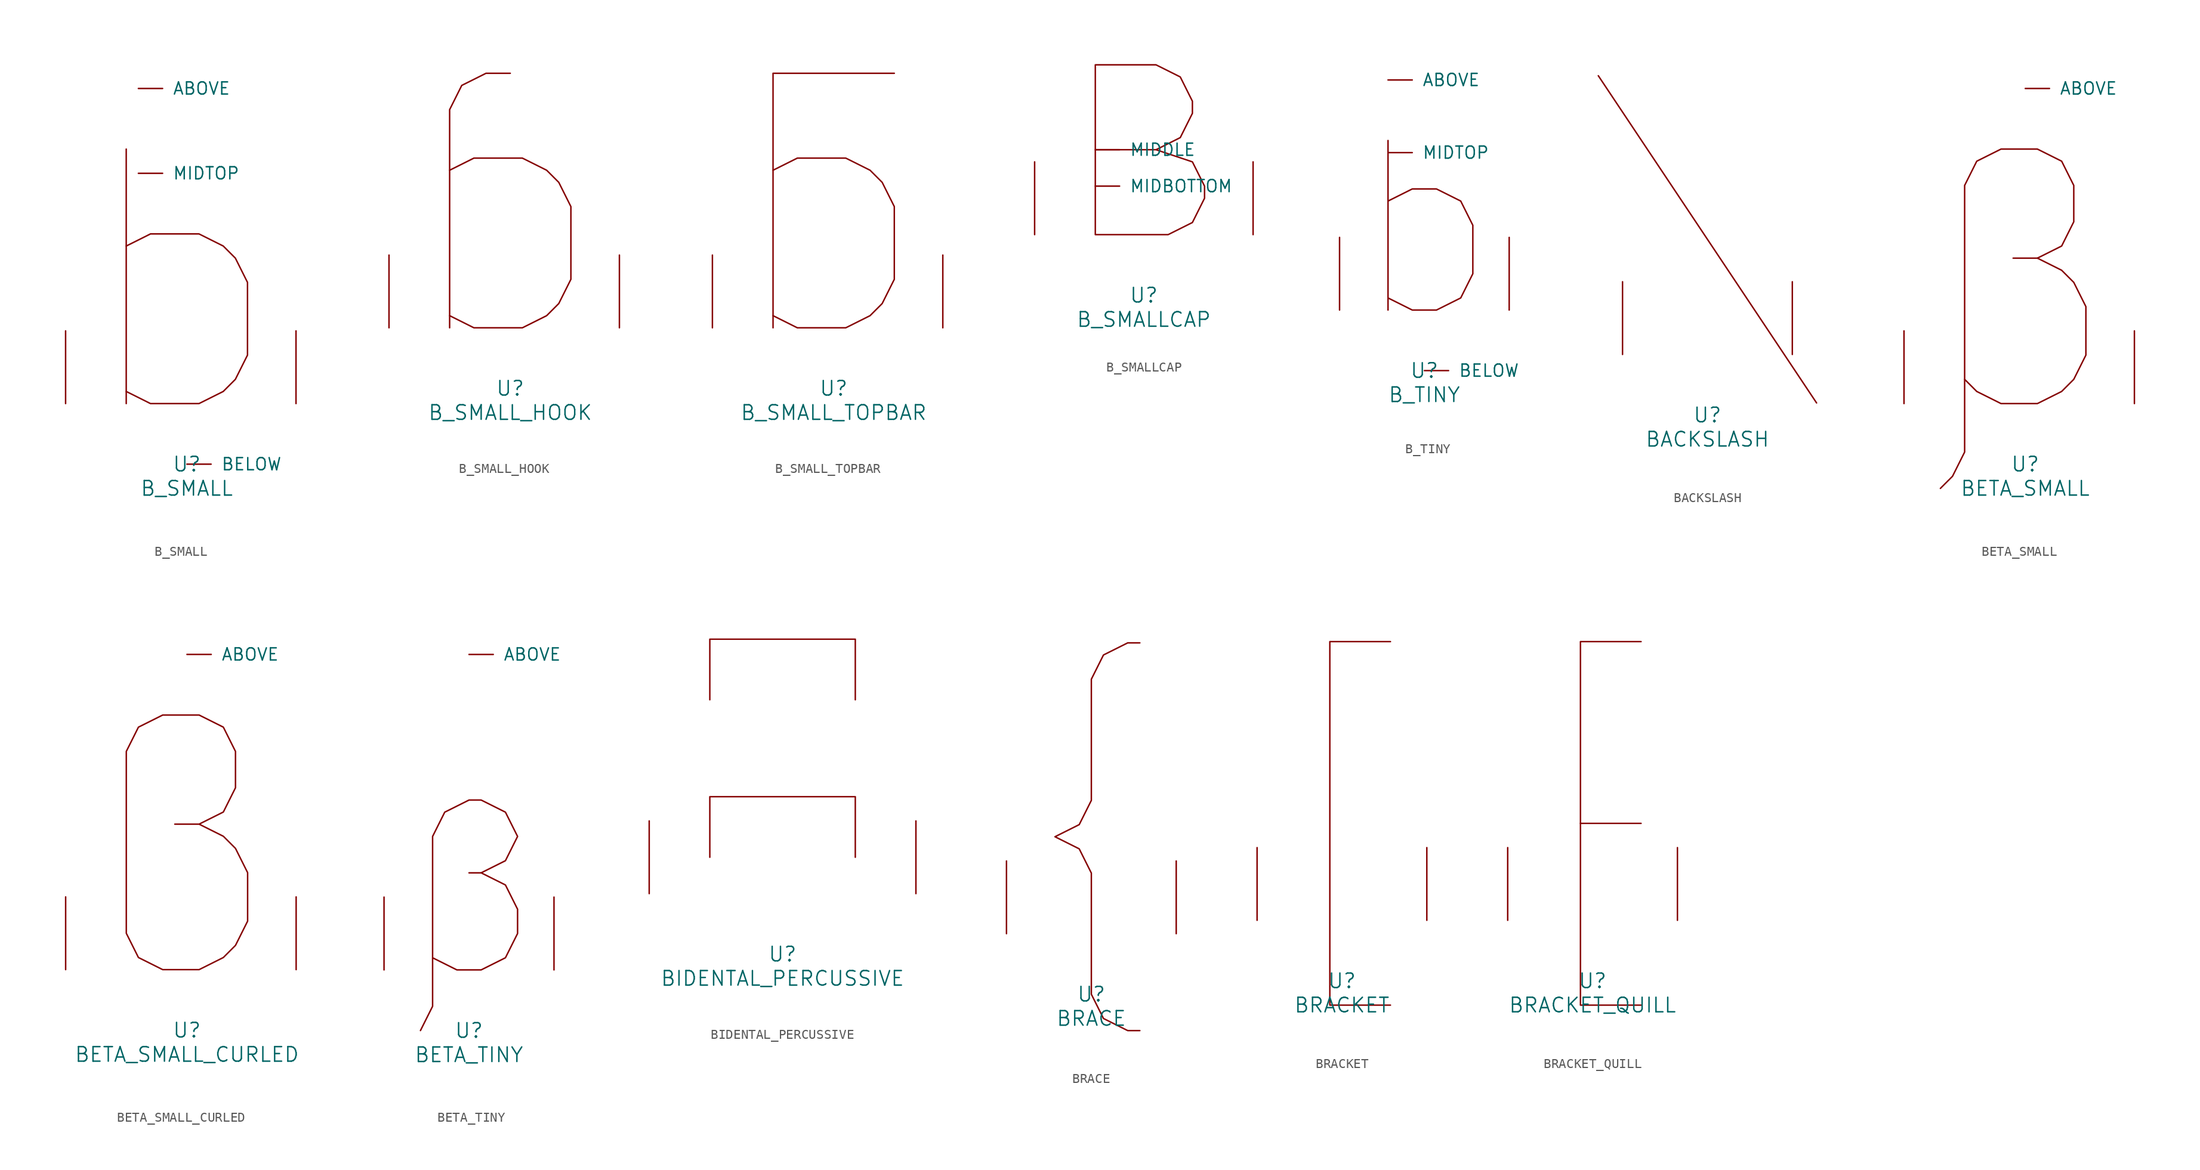
<source format=kicad_sym>
(kicad_symbol_lib
  (version 20220914)
  (generator font_lib2sym)
  (symbol "B_SMALL"
    (pin_names
      (offset 1.016))
    (property "Reference" "U"
      (at 0 -6.35 0)
      (effects (font (size 1.524 1.524))))
    (property "Value" "B_SMALL"
      (at 0 -8.89 0)
      (effects (font (size 1.524 1.524))))
    (symbol "B_SMALL_0_1"
      (polyline (pts (xy -6.35 0) (xy -6.35 26.67)) (stroke (width 0) (type solid)) (fill (type none)))
      (polyline (pts (xy -6.35 16.51) (xy -3.81 17.78) (xy 1.27 17.78) (xy 3.81 16.51) (xy 5.08 15.24) (xy 6.35 12.7) (xy 6.35 5.08) (xy 5.08 2.54) (xy 3.81 1.27) (xy 1.27 0) (xy -3.81 0) (xy -6.35 1.27)) (stroke (width 0) (type solid)) (fill (type none)))
      (pin input line (at -5.08 33.02 0) (length 2.54) (name "ABOVE" (effects (font (size 1.27 1.27)))) (number "~" (effects (font (size 1.27 1.27)))))
      (pin input line (at 0 -6.35 0) (length 2.54) (name "BELOW" (effects (font (size 1.27 1.27)))) (number "~" (effects (font (size 1.27 1.27)))))
      (pin input line (at -5.08 24.13 0) (length 2.54) (name "MIDTOP" (effects (font (size 1.27 1.27)))) (number "~" (effects (font (size 1.27 1.27)))))
      (pin input line (at -12.7 0 90) (length 7.62) (name "~" (effects (font (size 1.27 1.27)))) (number "~" (effects (font (size 1.27 1.27)))))
      (pin input line (at 11.43 0 90) (length 7.62) (name "~" (effects (font (size 1.27 1.27)))) (number "~" (effects (font (size 1.27 1.27)))))))
  (symbol "B_SMALL_HOOK"
    (pin_names
      (offset 1.016))
    (property "Reference" "U"
      (at 0 -6.35 0)
      (effects (font (size 1.524 1.524))))
    (property "Value" "B_SMALL_HOOK"
      (at 0 -8.89 0)
      (effects (font (size 1.524 1.524))))
    (symbol "B_SMALL_HOOK_0_1"
      (polyline (pts (xy 0 26.67) (xy -2.54 26.67) (xy -5.08 25.4) (xy -6.35 22.86) (xy -6.35 0)) (stroke (width 0) (type solid)) (fill (type none)))
      (polyline (pts (xy -6.35 16.51) (xy -3.81 17.78) (xy 1.27 17.78) (xy 3.81 16.51) (xy 5.08 15.24) (xy 6.35 12.7) (xy 6.35 5.08) (xy 5.08 2.54) (xy 3.81 1.27) (xy 1.27 0) (xy -3.81 0) (xy -6.35 1.27)) (stroke (width 0) (type solid)) (fill (type none)))
      (pin input line (at -12.7 0 90) (length 7.62) (name "~" (effects (font (size 1.27 1.27)))) (number "~" (effects (font (size 1.27 1.27)))))
      (pin input line (at 11.43 0 90) (length 7.62) (name "~" (effects (font (size 1.27 1.27)))) (number "~" (effects (font (size 1.27 1.27)))))))
  (symbol "B_SMALL_TOPBAR"
    (pin_names
      (offset 1.016))
    (property "Reference" "U"
      (at 0 -6.35 0)
      (effects (font (size 1.524 1.524))))
    (property "Value" "B_SMALL_TOPBAR"
      (at 0 -8.89 0)
      (effects (font (size 1.524 1.524))))
    (symbol "B_SMALL_TOPBAR_0_1"
      (polyline (pts (xy 6.35 26.67) (xy -6.35 26.67) (xy -6.35 0)) (stroke (width 0) (type solid)) (fill (type none)))
      (polyline (pts (xy -6.35 16.51) (xy -3.81 17.78) (xy 1.27 17.78) (xy 3.81 16.51) (xy 5.08 15.24) (xy 6.35 12.7) (xy 6.35 5.08) (xy 5.08 2.54) (xy 3.81 1.27) (xy 1.27 0) (xy -3.81 0) (xy -6.35 1.27)) (stroke (width 0) (type solid)) (fill (type none)))
      (pin input line (at -12.7 0 90) (length 7.62) (name "~" (effects (font (size 1.27 1.27)))) (number "~" (effects (font (size 1.27 1.27)))))
      (pin input line (at 11.43 0 90) (length 7.62) (name "~" (effects (font (size 1.27 1.27)))) (number "~" (effects (font (size 1.27 1.27)))))))
  (symbol "B_SMALLCAP"
    (pin_names
      (offset 1.016))
    (property "Reference" "U"
      (at 0 -6.35 0)
      (effects (font (size 1.524 1.524))))
    (property "Value" "B_SMALLCAP"
      (at 0 -8.89 0)
      (effects (font (size 1.524 1.524))))
    (symbol "B_SMALLCAP_0_1"
      (polyline (pts (xy 1.27 8.89) (xy 5.08 7.62) (xy 6.35 5.08) (xy 6.35 3.81) (xy 5.08 1.27) (xy 2.54 0) (xy -5.08 0) (xy -5.08 17.78) (xy 1.27 17.78) (xy 3.81 16.51) (xy 5.08 13.97) (xy 5.08 12.7) (xy 3.81 10.16) (xy 1.27 8.89) (xy -5.08 8.89)) (stroke (width 0) (type solid)) (fill (type none)))
      (pin input line (at -5.08 5.08 0) (length 2.54) (name "MIDBOTTOM" (effects (font (size 1.27 1.27)))) (number "~" (effects (font (size 1.27 1.27)))))
      (pin input line (at -5.08 8.89 0) (length 2.54) (name "MIDDLE" (effects (font (size 1.27 1.27)))) (number "~" (effects (font (size 1.27 1.27)))))
      (pin input line (at -11.43 0 90) (length 7.62) (name "~" (effects (font (size 1.27 1.27)))) (number "~" (effects (font (size 1.27 1.27)))))
      (pin input line (at 11.43 0 90) (length 7.62) (name "~" (effects (font (size 1.27 1.27)))) (number "~" (effects (font (size 1.27 1.27)))))))
  (symbol "B_TINY"
    (pin_names
      (offset 1.016))
    (property "Reference" "U"
      (at 0 -6.35 0)
      (effects (font (size 1.524 1.524))))
    (property "Value" "B_TINY"
      (at 0 -8.89 0)
      (effects (font (size 1.524 1.524))))
    (symbol "B_TINY_0_1"
      (polyline (pts (xy -3.81 17.78) (xy -3.81 0)) (stroke (width 0) (type solid)) (fill (type none)))
      (polyline (pts (xy -3.81 1.27) (xy -1.27 0) (xy 1.27 0) (xy 3.81 1.27) (xy 5.08 3.81) (xy 5.08 8.89) (xy 3.81 11.43) (xy 1.27 12.7) (xy -1.27 12.7) (xy -3.81 11.43)) (stroke (width 0) (type solid)) (fill (type none)))
      (pin input line (at -3.81 24.13 0) (length 2.54) (name "ABOVE" (effects (font (size 1.27 1.27)))) (number "~" (effects (font (size 1.27 1.27)))))
      (pin input line (at 0 -6.35 0) (length 2.54) (name "BELOW" (effects (font (size 1.27 1.27)))) (number "~" (effects (font (size 1.27 1.27)))))
      (pin input line (at -3.81 16.51 0) (length 2.54) (name "MIDTOP" (effects (font (size 1.27 1.27)))) (number "~" (effects (font (size 1.27 1.27)))))
      (pin input line (at -8.89 0 90) (length 7.62) (name "~" (effects (font (size 1.27 1.27)))) (number "~" (effects (font (size 1.27 1.27)))))
      (pin input line (at 8.89 0 90) (length 7.62) (name "~" (effects (font (size 1.27 1.27)))) (number "~" (effects (font (size 1.27 1.27)))))))
  (symbol "BACKSLASH"
    (pin_names
      (offset 1.016))
    (property "Reference" "U"
      (at 0 -6.35 0)
      (effects (font (size 1.524 1.524))))
    (property "Value" "BACKSLASH"
      (at 0 -8.89 0)
      (effects (font (size 1.524 1.524))))
    (symbol "BACKSLASH_0_1"
      (polyline (pts (xy -11.43 29.21) (xy 11.43 -5.08)) (stroke (width 0) (type solid)) (fill (type none)))
      (pin input line (at -8.89 0 90) (length 7.62) (name "~" (effects (font (size 1.27 1.27)))) (number "~" (effects (font (size 1.27 1.27)))))
      (pin input line (at 8.89 0 90) (length 7.62) (name "~" (effects (font (size 1.27 1.27)))) (number "~" (effects (font (size 1.27 1.27)))))))
  (symbol "BETA_SMALL"
    (pin_names
      (offset 1.016))
    (property "Reference" "U"
      (at 0 -6.35 0)
      (effects (font (size 1.524 1.524))))
    (property "Value" "BETA_SMALL"
      (at 0 -8.89 0)
      (effects (font (size 1.524 1.524))))
    (symbol "BETA_SMALL_0_1"
      (polyline (pts (xy 1.27 15.24) (xy 3.81 13.97) (xy 5.08 12.7) (xy 6.35 10.16) (xy 6.35 5.08) (xy 5.08 2.54) (xy 3.81 1.27) (xy 1.27 0) (xy -2.54 0) (xy -5.08 1.27) (xy -6.35 2.54)) (stroke (width 0) (type solid)) (fill (type none)))
      (polyline (pts (xy -8.89 -8.89) (xy -7.62 -7.62) (xy -6.35 -5.08) (xy -6.35 22.86) (xy -5.08 25.4) (xy -2.54 26.67) (xy 1.27 26.67) (xy 3.81 25.4) (xy 5.08 22.86) (xy 5.08 19.05) (xy 3.81 16.51) (xy 1.27 15.24) (xy -1.27 15.24)) (stroke (width 0) (type solid)) (fill (type none)))
      (pin input line (at 0 33.02 0) (length 2.54) (name "ABOVE" (effects (font (size 1.27 1.27)))) (number "~" (effects (font (size 1.27 1.27)))))
      (pin input line (at -12.7 0 90) (length 7.62) (name "~" (effects (font (size 1.27 1.27)))) (number "~" (effects (font (size 1.27 1.27)))))
      (pin input line (at 11.43 0 90) (length 7.62) (name "~" (effects (font (size 1.27 1.27)))) (number "~" (effects (font (size 1.27 1.27)))))))
  (symbol "BETA_SMALL_CURLED"
    (pin_names
      (offset 1.016))
    (property "Reference" "U"
      (at 0 -6.35 0)
      (effects (font (size 1.524 1.524))))
    (property "Value" "BETA_SMALL_CURLED"
      (at 0 -8.89 0)
      (effects (font (size 1.524 1.524))))
    (symbol "BETA_SMALL_CURLED_0_1"
      (polyline (pts (xy 1.27 15.24) (xy 3.81 13.97) (xy 5.08 12.7) (xy 6.35 10.16) (xy 6.35 5.08) (xy 5.08 2.54) (xy 3.81 1.27) (xy 1.27 0) (xy -2.54 0) (xy -5.08 1.27) (xy -6.35 3.81) (xy -6.35 22.86) (xy -5.08 25.4) (xy -2.54 26.67) (xy 1.27 26.67) (xy 3.81 25.4) (xy 5.08 22.86) (xy 5.08 19.05) (xy 3.81 16.51) (xy 1.27 15.24) (xy -1.27 15.24)) (stroke (width 0) (type solid)) (fill (type none)))
      (pin input line (at 0 33.02 0) (length 2.54) (name "ABOVE" (effects (font (size 1.27 1.27)))) (number "~" (effects (font (size 1.27 1.27)))))
      (pin input line (at -12.7 0 90) (length 7.62) (name "~" (effects (font (size 1.27 1.27)))) (number "~" (effects (font (size 1.27 1.27)))))
      (pin input line (at 11.43 0 90) (length 7.62) (name "~" (effects (font (size 1.27 1.27)))) (number "~" (effects (font (size 1.27 1.27)))))))
  (symbol "BETA_TINY"
    (pin_names
      (offset 1.016))
    (property "Reference" "U"
      (at 0 -6.35 0)
      (effects (font (size 1.524 1.524))))
    (property "Value" "BETA_TINY"
      (at 0 -8.89 0)
      (effects (font (size 1.524 1.524))))
    (symbol "BETA_TINY_0_1"
      (polyline (pts (xy 1.27 10.16) (xy 0 10.16)) (stroke (width 0) (type solid)) (fill (type none)))
      (polyline (pts (xy -5.08 -6.35) (xy -3.81 -3.81) (xy -3.81 13.97) (xy -2.54 16.51) (xy 0 17.78) (xy 1.27 17.78) (xy 3.81 16.51) (xy 5.08 13.97) (xy 3.81 11.43) (xy 1.27 10.16) (xy 3.81 8.89) (xy 5.08 6.35) (xy 5.08 3.81) (xy 3.81 1.27) (xy 1.27 0) (xy -1.27 0) (xy -3.81 1.27)) (stroke (width 0) (type solid)) (fill (type none)))
      (pin input line (at 0 33.02 0) (length 2.54) (name "ABOVE" (effects (font (size 1.27 1.27)))) (number "~" (effects (font (size 1.27 1.27)))))
      (pin input line (at -8.89 0 90) (length 7.62) (name "~" (effects (font (size 1.27 1.27)))) (number "~" (effects (font (size 1.27 1.27)))))
      (pin input line (at 8.89 0 90) (length 7.62) (name "~" (effects (font (size 1.27 1.27)))) (number "~" (effects (font (size 1.27 1.27)))))))
  (symbol "BIDENTAL_PERCUSSIVE"
    (pin_names
      (offset 1.016))
    (property "Reference" "U"
      (at 0 -6.35 0)
      (effects (font (size 1.524 1.524))))
    (property "Value" "BIDENTAL_PERCUSSIVE"
      (at 0 -8.89 0)
      (effects (font (size 1.524 1.524))))
    (symbol "BIDENTAL_PERCUSSIVE_0_1"
      (polyline (pts (xy 7.62 3.81) (xy 7.62 10.16) (xy -7.62 10.16) (xy -7.62 3.81)) (stroke (width 0) (type solid)) (fill (type none)))
      (polyline (pts (xy 7.62 20.32) (xy 7.62 26.67) (xy -7.62 26.67) (xy -7.62 20.32)) (stroke (width 0) (type solid)) (fill (type none)))
      (pin input line (at -13.97 0 90) (length 7.62) (name "~" (effects (font (size 1.27 1.27)))) (number "~" (effects (font (size 1.27 1.27)))))
      (pin input line (at 13.97 0 90) (length 7.62) (name "~" (effects (font (size 1.27 1.27)))) (number "~" (effects (font (size 1.27 1.27)))))))
  (symbol "BRACE"
    (pin_names
      (offset 1.016))
    (property "Reference" "U"
      (at 0 -6.35 0)
      (effects (font (size 1.524 1.524))))
    (property "Value" "BRACE"
      (at 0 -8.89 0)
      (effects (font (size 1.524 1.524))))
    (symbol "BRACE_0_1"
      (polyline (pts (xy 5.08 -10.16) (xy 3.81 -10.16) (xy 1.27 -8.89) (xy 0 -6.35) (xy 0 6.35) (xy -1.27 8.89) (xy -3.81 10.16) (xy -1.27 11.43) (xy 0 13.97) (xy 0 26.67) (xy 1.27 29.21) (xy 3.81 30.48) (xy 5.08 30.48)) (stroke (width 0) (type solid)) (fill (type none)))
      (pin input line (at -8.89 0 90) (length 7.62) (name "~" (effects (font (size 1.27 1.27)))) (number "~" (effects (font (size 1.27 1.27)))))
      (pin input line (at 8.89 0 90) (length 7.62) (name "~" (effects (font (size 1.27 1.27)))) (number "~" (effects (font (size 1.27 1.27)))))))
  (symbol "BRACKET"
    (pin_names
      (offset 1.016))
    (property "Reference" "U"
      (at 0 -6.35 0)
      (effects (font (size 1.524 1.524))))
    (property "Value" "BRACKET"
      (at 0 -8.89 0)
      (effects (font (size 1.524 1.524))))
    (symbol "BRACKET_0_1"
      (polyline (pts (xy 5.08 -8.89) (xy -1.27 -8.89) (xy -1.27 29.21) (xy 5.08 29.21)) (stroke (width 0) (type solid)) (fill (type none)))
      (pin input line (at -8.89 0 90) (length 7.62) (name "~" (effects (font (size 1.27 1.27)))) (number "~" (effects (font (size 1.27 1.27)))))
      (pin input line (at 8.89 0 90) (length 7.62) (name "~" (effects (font (size 1.27 1.27)))) (number "~" (effects (font (size 1.27 1.27)))))))
  (symbol "BRACKET_QUILL"
    (pin_names
      (offset 1.016))
    (property "Reference" "U"
      (at 0 -6.35 0)
      (effects (font (size 1.524 1.524))))
    (property "Value" "BRACKET_QUILL"
      (at 0 -8.89 0)
      (effects (font (size 1.524 1.524))))
    (symbol "BRACKET_QUILL_0_1"
      (polyline (pts (xy -1.27 10.16) (xy 5.08 10.16)) (stroke (width 0) (type solid)) (fill (type none)))
      (polyline (pts (xy 5.08 -8.89) (xy -1.27 -8.89) (xy -1.27 29.21) (xy 5.08 29.21)) (stroke (width 0) (type solid)) (fill (type none)))
      (pin input line (at -8.89 0 90) (length 7.62) (name "~" (effects (font (size 1.27 1.27)))) (number "~" (effects (font (size 1.27 1.27)))))
      (pin input line (at 8.89 0 90) (length 7.62) (name "~" (effects (font (size 1.27 1.27)))) (number "~" (effects (font (size 1.27 1.27))))))))
</source>
